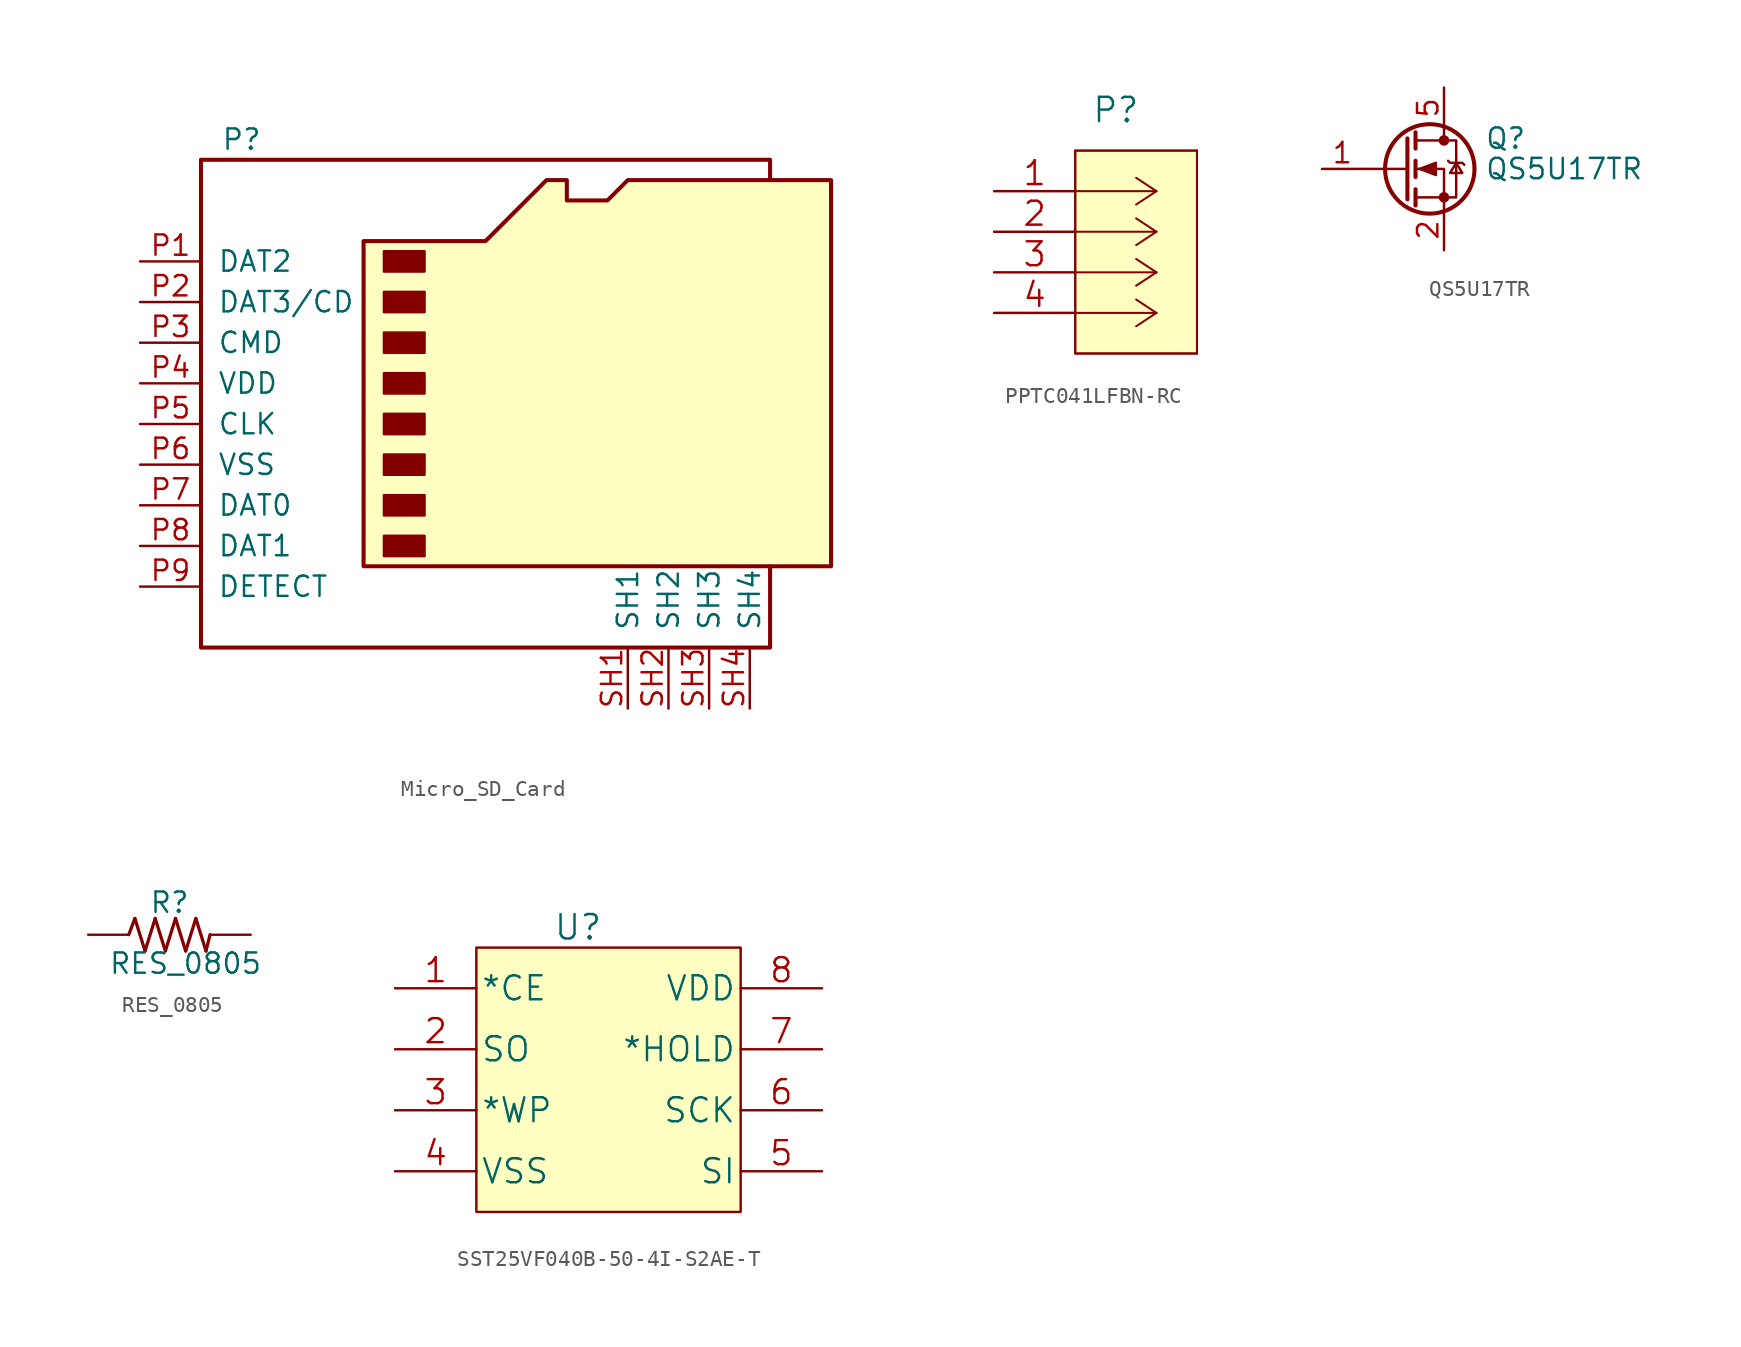
<source format=kicad_sym>
(kicad_symbol_lib
  (version 20211014)
  (generator kicad_symbol_editor)
  (symbol "Micro_SD_Card"
    (pin_names
      (offset 1.016))
    (property "Reference" "P"
      (at -16.51 15.24 0)
      (effects (font (size 1.27 1.27))))
    (symbol "Micro_SD_Card_0_1"
      (rectangle (start -7.62 -9.525) (end -5.08 -10.795) (stroke (width 0) (type default) (color 0 0 0 0)) (fill (type outline)))
      (rectangle (start -7.62 -6.985) (end -5.08 -8.255) (stroke (width 0) (type default) (color 0 0 0 0)) (fill (type outline)))
      (rectangle (start -7.62 -4.445) (end -5.08 -5.715) (stroke (width 0) (type default) (color 0 0 0 0)) (fill (type outline)))
      (rectangle (start -7.62 -1.905) (end -5.08 -3.175) (stroke (width 0) (type default) (color 0 0 0 0)) (fill (type outline)))
      (rectangle (start -7.62 0.635) (end -5.08 -0.635) (stroke (width 0) (type default) (color 0 0 0 0)) (fill (type outline)))
      (rectangle (start -7.62 3.175) (end -5.08 1.905) (stroke (width 0) (type default) (color 0 0 0 0)) (fill (type outline)))
      (rectangle (start -7.62 5.715) (end -5.08 4.445) (stroke (width 0) (type default) (color 0 0 0 0)) (fill (type outline)))
      (rectangle (start -7.62 8.255) (end -5.08 6.985) (stroke (width 0) (type default) (color 0 0 0 0)) (fill (type outline)))
      (polyline (pts (xy 16.51 12.7) (xy 16.51 13.97) (xy -19.05 13.97) (xy -19.05 -16.51) (xy 16.51 -16.51) (xy 16.51 -11.43)) (stroke (width 0.254) (type default) (color 0 0 0 0)) (fill (type none)))
      (polyline (pts (xy -8.89 -11.43) (xy -8.89 8.89) (xy -1.27 8.89) (xy 2.54 12.7) (xy 3.81 12.7) (xy 3.81 11.43) (xy 6.35 11.43) (xy 7.62 12.7) (xy 20.32 12.7) (xy 20.32 -11.43) (xy -8.89 -11.43)) (stroke (width 0.254) (type default) (color 0 0 0 0)) (fill (type background))))
    (symbol "Micro_SD_Card_1_1"
      (pin passive line (at -22.86 7.62 0) (length 3.81) (name "DAT2" (effects (font (size 1.27 1.27)))) (number "P1" (effects (font (size 1.27 1.27)))))
      (pin bidirectional line (at -22.86 5.08 0) (length 3.81) (name "DAT3/CD" (effects (font (size 1.27 1.27)))) (number "P2" (effects (font (size 1.27 1.27)))))
      (pin input line (at -22.86 2.54 0) (length 3.81) (name "CMD" (effects (font (size 1.27 1.27)))) (number "P3" (effects (font (size 1.27 1.27)))))
      (pin power_in line (at -22.86 0 0) (length 3.81) (name "VDD" (effects (font (size 1.27 1.27)))) (number "P4" (effects (font (size 1.27 1.27)))))
      (pin input line (at -22.86 -2.54 0) (length 3.81) (name "CLK" (effects (font (size 1.27 1.27)))) (number "P5" (effects (font (size 1.27 1.27)))))
      (pin power_in line (at -22.86 -5.08 0) (length 3.81) (name "VSS" (effects (font (size 1.27 1.27)))) (number "P6" (effects (font (size 1.27 1.27)))))
      (pin bidirectional line (at -22.86 -7.62 0) (length 3.81) (name "DAT0" (effects (font (size 1.27 1.27)))) (number "P7" (effects (font (size 1.27 1.27)))))
      (pin passive line (at -22.86 -10.16 0) (length 3.81) (name "DAT1" (effects (font (size 1.27 1.27)))) (number "P8" (effects (font (size 1.27 1.27)))))
      (pin passive line (at -22.86 -12.7 0) (length 3.81) (name "DETECT" (effects (font (size 1.27 1.27)))) (number "P9" (effects (font (size 1.27 1.27)))))
      (pin passive line (at 7.62 -20.32 90) (length 3.81) (name "SH1" (effects (font (size 1.27 1.27)))) (number "SH1" (effects (font (size 1.27 1.27)))))
      (pin passive line (at 10.16 -20.32 90) (length 3.81) (name "SH2" (effects (font (size 1.27 1.27)))) (number "SH2" (effects (font (size 1.27 1.27)))))
      (pin passive line (at 12.7 -20.32 90) (length 3.81) (name "SH3" (effects (font (size 1.27 1.27)))) (number "SH3" (effects (font (size 1.27 1.27)))))
      (pin passive line (at 15.24 -20.32 90) (length 3.81) (name "SH4" (effects (font (size 1.27 1.27)))) (number "SH4" (effects (font (size 1.27 1.27)))))))
  (symbol "PPTC041LFBN-RC"
    (pin_names
      (offset 0.254) hide)
    (property "Reference" "P"
      (at 7.62 5.08 0)
      (effects (font (size 1.524 1.524))))
    (property "Datasheet" ""
      (at 0 0 0)
      (effects (font (size 1.524 1.524))))
    (symbol "PPTC041LFBN-RC_1_1"
      (polyline (pts (xy 5.08 -10.16) (xy 12.7 -10.16)) (stroke (width 0.127) (type default) (color 0 0 0 0)) (fill (type none)))
      (polyline (pts (xy 5.08 2.54) (xy 5.08 -10.16)) (stroke (width 0.127) (type default) (color 0 0 0 0)) (fill (type none)))
      (polyline (pts (xy 10.16 -7.62) (xy 5.08 -7.62)) (stroke (width 0.127) (type default) (color 0 0 0 0)) (fill (type none)))
      (polyline (pts (xy 10.16 -7.62) (xy 8.89 -8.458)) (stroke (width 0.127) (type default) (color 0 0 0 0)) (fill (type none)))
      (polyline (pts (xy 10.16 -7.62) (xy 8.89 -6.782)) (stroke (width 0.127) (type default) (color 0 0 0 0)) (fill (type none)))
      (polyline (pts (xy 10.16 -5.08) (xy 5.08 -5.08)) (stroke (width 0.127) (type default) (color 0 0 0 0)) (fill (type none)))
      (polyline (pts (xy 10.16 -5.08) (xy 8.89 -5.918)) (stroke (width 0.127) (type default) (color 0 0 0 0)) (fill (type none)))
      (polyline (pts (xy 10.16 -5.08) (xy 8.89 -4.242)) (stroke (width 0.127) (type default) (color 0 0 0 0)) (fill (type none)))
      (polyline (pts (xy 10.16 -2.54) (xy 5.08 -2.54)) (stroke (width 0.127) (type default) (color 0 0 0 0)) (fill (type none)))
      (polyline (pts (xy 10.16 -2.54) (xy 8.89 -3.378)) (stroke (width 0.127) (type default) (color 0 0 0 0)) (fill (type none)))
      (polyline (pts (xy 10.16 -2.54) (xy 8.89 -1.702)) (stroke (width 0.127) (type default) (color 0 0 0 0)) (fill (type none)))
      (polyline (pts (xy 10.16 0) (xy 5.08 0)) (stroke (width 0.127) (type default) (color 0 0 0 0)) (fill (type none)))
      (polyline (pts (xy 10.16 0) (xy 8.89 -0.838)) (stroke (width 0.127) (type default) (color 0 0 0 0)) (fill (type none)))
      (polyline (pts (xy 10.16 0) (xy 8.89 0.838)) (stroke (width 0.127) (type default) (color 0 0 0 0)) (fill (type none)))
      (polyline (pts (xy 12.7 -10.16) (xy 12.7 2.54)) (stroke (width 0.127) (type default) (color 0 0 0 0)) (fill (type none)))
      (polyline (pts (xy 12.7 2.54) (xy 5.08 2.54)) (stroke (width 0.127) (type default) (color 0 0 0 0)) (fill (type background)))
      (rectangle (start 5.08 2.54) (end 12.7 -10.16) (stroke (width 0.127) (type default) (color 0 0 0 0)) (fill (type background)))
      (pin passive line (at 0 0 0) (length 5.08) (name "+12V" (effects (font (size 1.499 1.499)))) (number "1" (effects (font (size 1.499 1.499)))))
      (pin passive line (at 0 -2.54 0) (length 5.08) (name "GND" (effects (font (size 1.499 1.499)))) (number "2" (effects (font (size 1.499 1.499)))))
      (pin passive line (at 0 -5.08 0) (length 5.08) (name "3" (effects (font (size 1.499 1.499)))) (number "3" (effects (font (size 1.499 1.499)))))
      (pin passive line (at 0 -7.62 0) (length 5.08) (name "4" (effects (font (size 1.499 1.499)))) (number "4" (effects (font (size 1.499 1.499)))))))
  (symbol "QS5U17TR"
    (pin_names hide)
    (property "Reference" "Q"
      (at 5.08 1.905 0)
      (effects (font (size 1.27 1.27)) (justify left)))
    (property "Value" "QS5U17TR"
      (at 5.08 0 0)
      (effects (font (size 1.27 1.27)) (justify left)))
    (symbol "QS5U17TR_0_1"
      (polyline (pts (xy 0.254 0) (xy -2.54 0)) (stroke (width 0) (type default) (color 0 0 0 0)) (fill (type none)))
      (polyline (pts (xy 0.254 1.905) (xy 0.254 -1.905)) (stroke (width 0.254) (type default) (color 0 0 0 0)) (fill (type none)))
      (polyline (pts (xy 0.762 -1.27) (xy 0.762 -2.286)) (stroke (width 0.254) (type default) (color 0 0 0 0)) (fill (type none)))
      (polyline (pts (xy 0.762 0.508) (xy 0.762 -0.508)) (stroke (width 0.254) (type default) (color 0 0 0 0)) (fill (type none)))
      (polyline (pts (xy 0.762 2.286) (xy 0.762 1.27)) (stroke (width 0.254) (type default) (color 0 0 0 0)) (fill (type none)))
      (polyline (pts (xy 2.54 2.54) (xy 2.54 1.778)) (stroke (width 0) (type default) (color 0 0 0 0)) (fill (type none)))
      (polyline (pts (xy 2.54 -2.54) (xy 2.54 0) (xy 0.762 0)) (stroke (width 0) (type default) (color 0 0 0 0)) (fill (type none)))
      (polyline (pts (xy 0.762 -1.778) (xy 3.302 -1.778) (xy 3.302 1.778) (xy 0.762 1.778)) (stroke (width 0) (type default) (color 0 0 0 0)) (fill (type none)))
      (polyline (pts (xy 1.016 0) (xy 2.032 0.381) (xy 2.032 -0.381) (xy 1.016 0)) (stroke (width 0) (type default) (color 0 0 0 0)) (fill (type outline)))
      (polyline (pts (xy 2.794 0.508) (xy 2.921 0.381) (xy 3.683 0.381) (xy 3.81 0.254)) (stroke (width 0) (type default) (color 0 0 0 0)) (fill (type none)))
      (polyline (pts (xy 3.302 0.381) (xy 2.921 -0.254) (xy 3.683 -0.254) (xy 3.302 0.381)) (stroke (width 0) (type default) (color 0 0 0 0)) (fill (type none)))
      (circle (center 1.651 0) (radius 2.794) (stroke (width 0.254) (type default) (color 0 0 0 0)) (fill (type none)))
      (circle (center 2.54 -1.778) (radius 0.254) (stroke (width 0) (type default) (color 0 0 0 0)) (fill (type outline)))
      (circle (center 2.54 1.778) (radius 0.254) (stroke (width 0) (type default) (color 0 0 0 0)) (fill (type outline))))
    (symbol "QS5U17TR_1_1"
      (pin input line (at -5.08 0 0) (length 2.54) (name "G" (effects (font (size 1.27 1.27)))) (number "1" (effects (font (size 1.27 1.27)))))
      (pin passive line (at 2.54 -5.08 90) (length 2.54) (name "S" (effects (font (size 1.27 1.27)))) (number "2" (effects (font (size 1.27 1.27)))))
      (pin passive line (at 2.54 5.08 270) (length 2.54) (name "D" (effects (font (size 1.27 1.27)))) (number "5" (effects (font (size 1.27 1.27)))))))
  (symbol "RES_0805"
    (pin_numbers hide)
    (pin_names
      (offset 1.016) hide)
    (property "Reference" "R"
      (at -1.27 1.27 0)
      (effects (font (size 1.27 1.27)) (justify left bottom)))
    (property "Value" "RES_0805"
      (at -3.81 -2.54 0)
      (effects (font (size 1.27 1.27)) (justify left bottom)))
    (symbol "RES_0805_0_0"
      (polyline (pts (xy -2.54 0) (xy -2.159 1.016)) (stroke (width 0.203) (type default) (color 0 0 0 0)) (fill (type none)))
      (polyline (pts (xy -2.159 1.016) (xy -1.524 -1.016)) (stroke (width 0.203) (type default) (color 0 0 0 0)) (fill (type none)))
      (polyline (pts (xy -1.524 -1.016) (xy -0.889 1.016)) (stroke (width 0.203) (type default) (color 0 0 0 0)) (fill (type none)))
      (polyline (pts (xy -0.889 1.016) (xy -0.254 -1.016)) (stroke (width 0.203) (type default) (color 0 0 0 0)) (fill (type none)))
      (polyline (pts (xy -0.254 -1.016) (xy 0.381 1.016)) (stroke (width 0.203) (type default) (color 0 0 0 0)) (fill (type none)))
      (polyline (pts (xy 0.381 1.016) (xy 1.016 -1.016)) (stroke (width 0.203) (type default) (color 0 0 0 0)) (fill (type none)))
      (polyline (pts (xy 1.016 -1.016) (xy 1.651 1.016)) (stroke (width 0.203) (type default) (color 0 0 0 0)) (fill (type none)))
      (polyline (pts (xy 1.651 1.016) (xy 2.286 -1.016)) (stroke (width 0.203) (type default) (color 0 0 0 0)) (fill (type none)))
      (polyline (pts (xy 2.286 -1.016) (xy 2.54 0)) (stroke (width 0.203) (type default) (color 0 0 0 0)) (fill (type none)))
      (pin passive line (at -5.08 0 0) (length 2.54) (name "~" (effects (font (size 1.016 1.016)))) (number "1" (effects (font (size 1.016 1.016)))))
      (pin passive line (at 5.08 0 180) (length 2.54) (name "~" (effects (font (size 1.016 1.016)))) (number "2" (effects (font (size 1.016 1.016)))))))
  (symbol "SST25VF040B-50-4I-S2AE-T"
    (pin_names
      (offset 0.254))
    (property "Reference" "U"
      (at -2.54 6.35 0)
      (effects (font (size 1.524 1.524))))
    (symbol "SST25VF040B-50-4I-S2AE-T_1_1"
      (rectangle (start -8.89 5.08) (end 7.62 -11.43) (stroke (width 0.152) (type default) (color 0 0 0 0)) (fill (type background)))
      (pin input line (at -13.97 2.54 0) (length 5.08) (name "*CE" (effects (font (size 1.499 1.499)))) (number "1" (effects (font (size 1.499 1.499)))))
      (pin output line (at -13.97 -1.27 0) (length 5.08) (name "SO" (effects (font (size 1.499 1.499)))) (number "2" (effects (font (size 1.499 1.499)))))
      (pin input line (at -13.97 -5.08 0) (length 5.08) (name "*WP" (effects (font (size 1.499 1.499)))) (number "3" (effects (font (size 1.499 1.499)))))
      (pin power_in line (at -13.97 -8.89 0) (length 5.08) (name "VSS" (effects (font (size 1.499 1.499)))) (number "4" (effects (font (size 1.499 1.499)))))
      (pin input line (at 12.7 -8.89 180) (length 5.08) (name "SI" (effects (font (size 1.499 1.499)))) (number "5" (effects (font (size 1.499 1.499)))))
      (pin input line (at 12.7 -5.08 180) (length 5.08) (name "SCK" (effects (font (size 1.499 1.499)))) (number "6" (effects (font (size 1.499 1.499)))))
      (pin input line (at 12.7 -1.27 180) (length 5.08) (name "*HOLD" (effects (font (size 1.499 1.499)))) (number "7" (effects (font (size 1.499 1.499)))))
      (pin power_in line (at 12.7 2.54 180) (length 5.08) (name "VDD" (effects (font (size 1.499 1.499)))) (number "8" (effects (font (size 1.499 1.499))))))))
</source>
